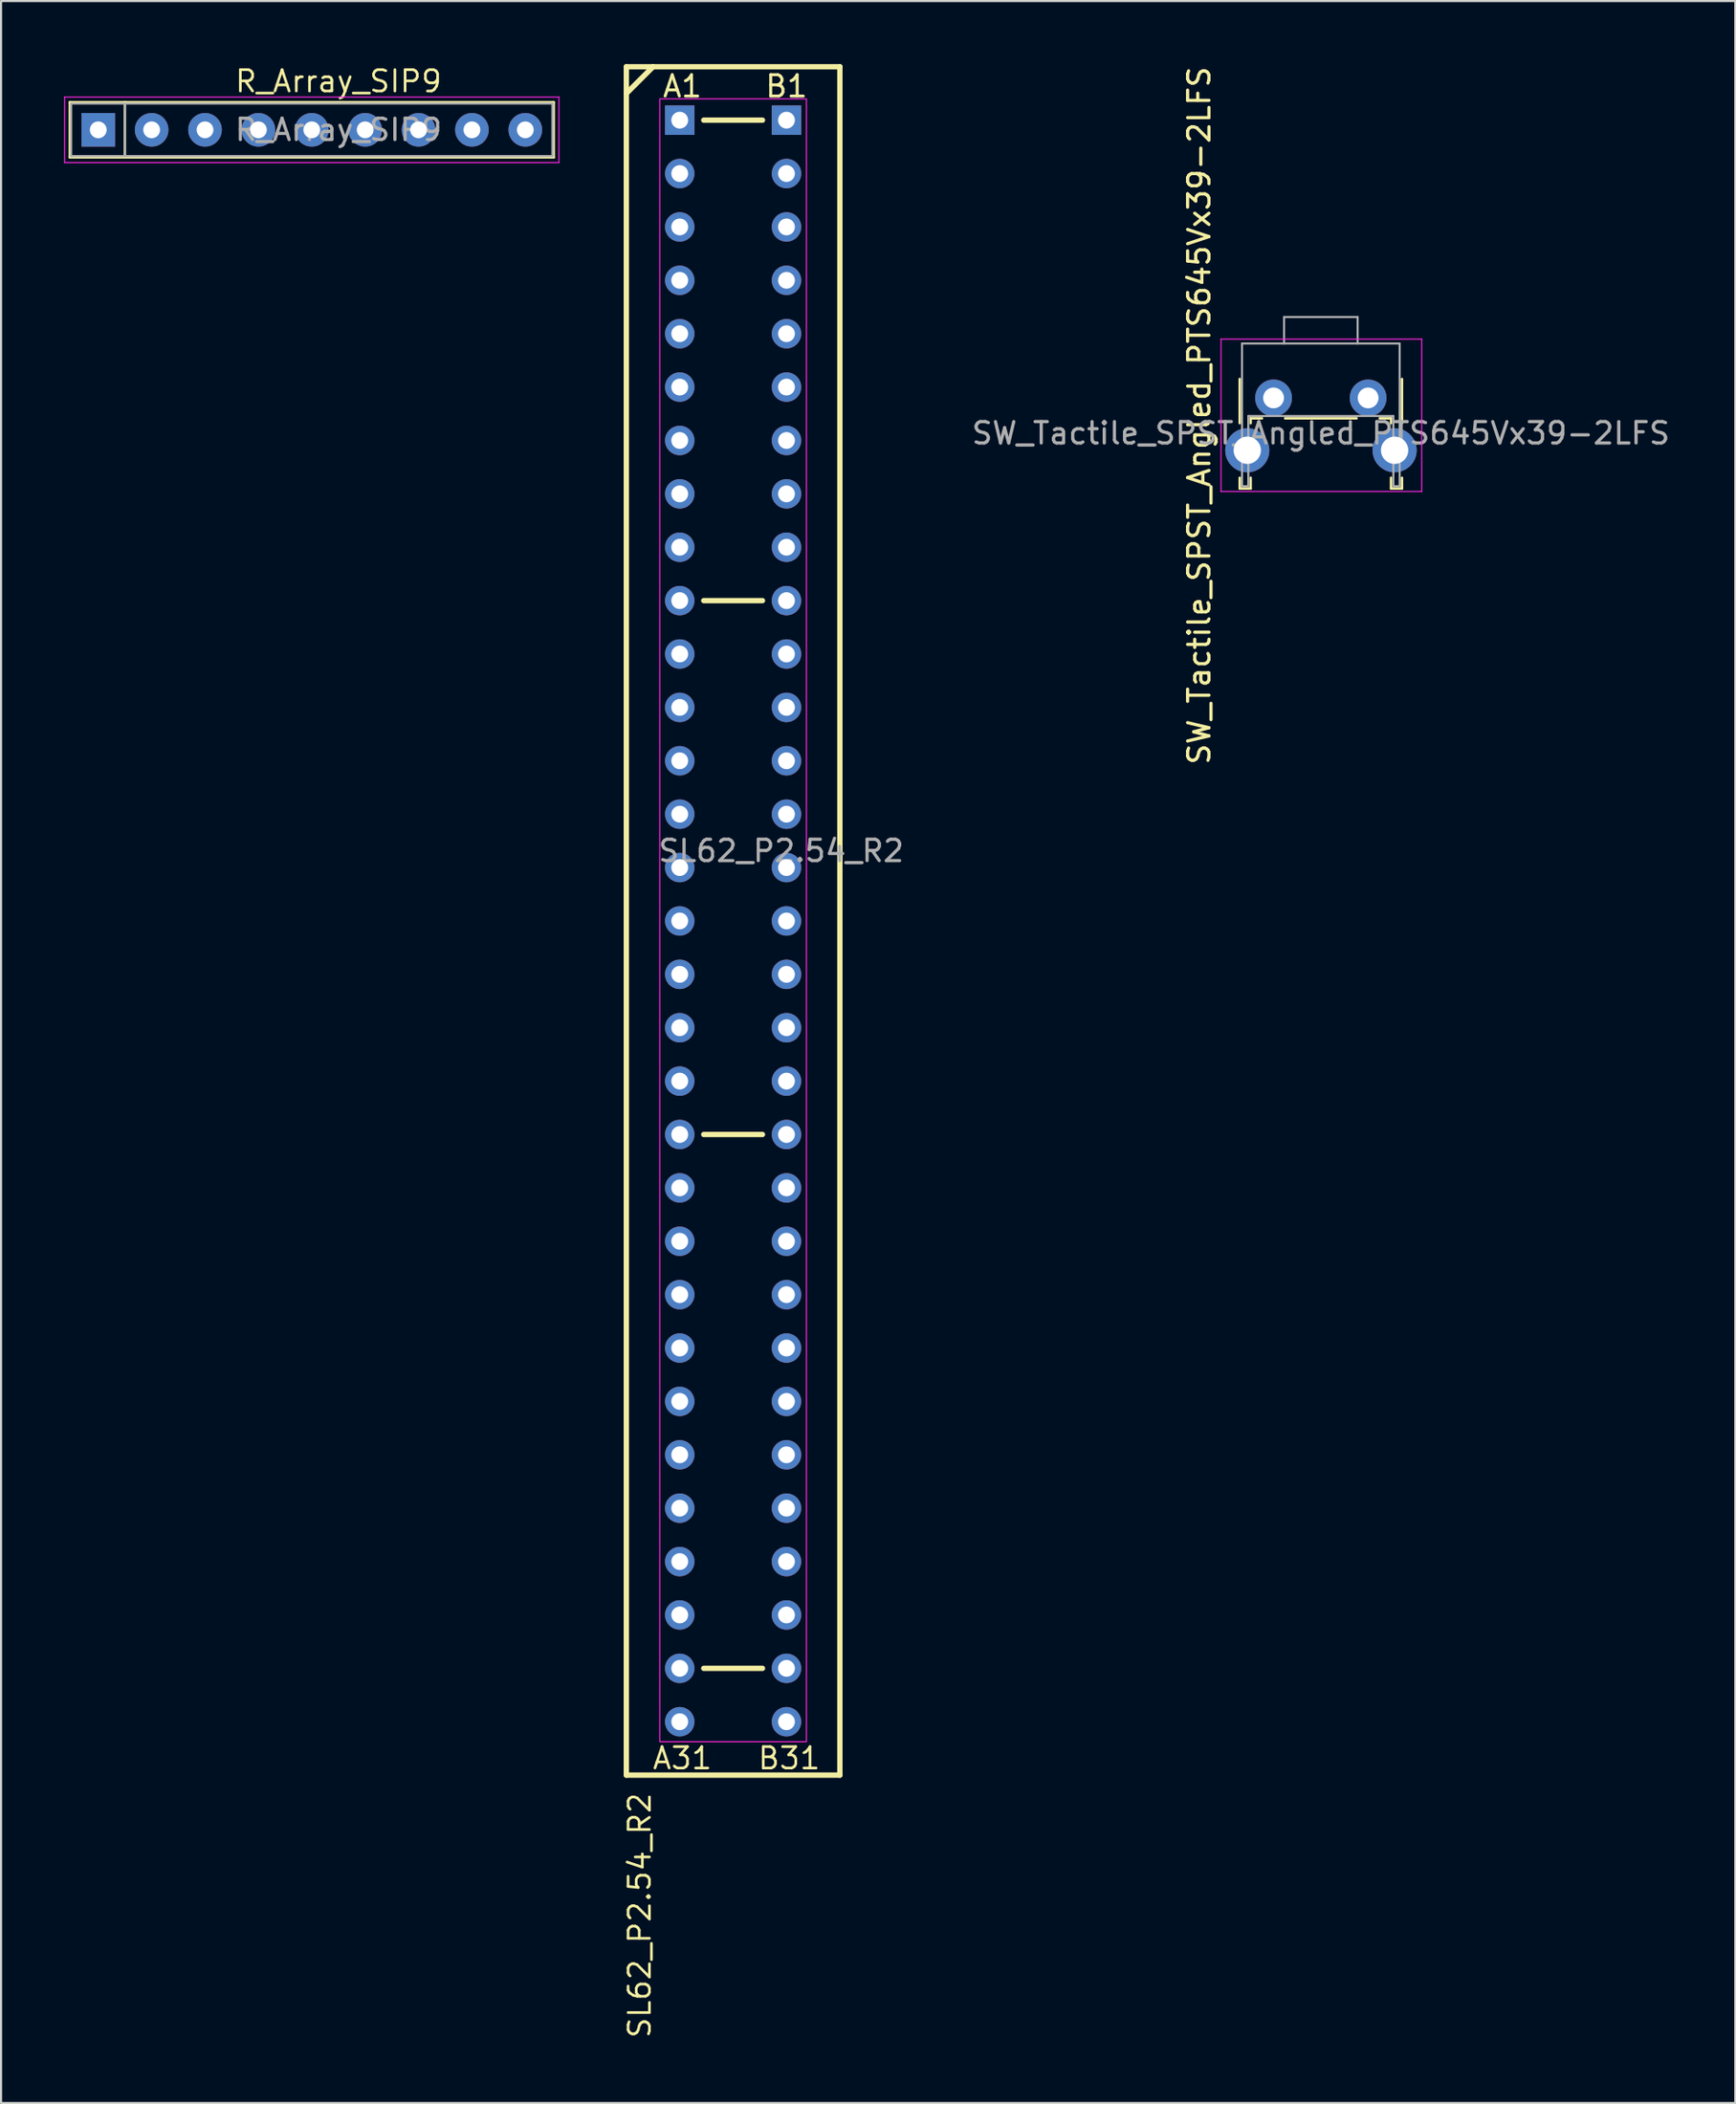
<source format=kicad_pcb>
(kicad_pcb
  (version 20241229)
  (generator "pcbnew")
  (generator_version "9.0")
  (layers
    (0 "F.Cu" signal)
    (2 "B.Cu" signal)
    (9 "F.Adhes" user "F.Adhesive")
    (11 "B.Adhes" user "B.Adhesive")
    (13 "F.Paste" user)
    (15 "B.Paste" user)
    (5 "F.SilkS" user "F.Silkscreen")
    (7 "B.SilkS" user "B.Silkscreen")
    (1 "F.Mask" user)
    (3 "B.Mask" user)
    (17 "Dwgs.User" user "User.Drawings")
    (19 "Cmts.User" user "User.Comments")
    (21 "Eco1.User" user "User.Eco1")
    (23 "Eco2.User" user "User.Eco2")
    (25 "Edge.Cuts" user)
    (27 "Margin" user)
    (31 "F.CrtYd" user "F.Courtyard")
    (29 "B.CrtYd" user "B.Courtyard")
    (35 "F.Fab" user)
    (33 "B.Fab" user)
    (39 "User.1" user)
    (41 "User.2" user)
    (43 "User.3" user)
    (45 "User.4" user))
  (footprint "SW_Tactile_SPST_Angled_PTS645Vx39-2LFS"
    (layer "F.Cu")
    (at 57.547 15.883)
    (property "Reference" "SW_Tactile_SPST_Angled_PTS645Vx39-2LFS" (at -3.536 0.839 90) (layer "F.SilkS") (effects (font (size 1.016 1.016) (thickness 0.152))))
    (attr through_hole)
    (fp_line (start -1.61 -0.9) (end -1.61 1.2) (stroke (width 0.12) (type solid)) (layer "F.SilkS"))
    (fp_line (start -1.61 3.8) (end -1.61 4.31) (stroke (width 0.12) (type solid)) (layer "F.SilkS"))
    (fp_line (start -1.61 4.31) (end -1.09 4.31) (stroke (width 0.12) (type solid)) (layer "F.SilkS"))
    (fp_line (start -1.09 0.97) (end -1.09 1.2) (stroke (width 0.12) (type solid)) (layer "F.SilkS"))
    (fp_line (start -1.09 0.97) (end -0.55 0.97) (stroke (width 0.12) (type solid)) (layer "F.SilkS"))
    (fp_line (start -1.09 3.8) (end -1.09 4.31) (stroke (width 0.12) (type solid)) (layer "F.SilkS"))
    (fp_line (start 0.55 0.97) (end 3.95 0.97) (stroke (width 0.12) (type solid)) (layer "F.SilkS"))
    (fp_line (start 5.05 0.97) (end 5.59 0.97) (stroke (width 0.12) (type solid)) (layer "F.SilkS"))
    (fp_line (start 5.59 0.97) (end 5.59 1.2) (stroke (width 0.12) (type solid)) (layer "F.SilkS"))
    (fp_line (start 5.59 3.8) (end 5.59 4.31) (stroke (width 0.12) (type solid)) (layer "F.SilkS"))
    (fp_line (start 5.59 4.31) (end 6.11 4.31) (stroke (width 0.12) (type solid)) (layer "F.SilkS"))
    (fp_line (start 6.11 -0.9) (end 6.11 1.2) (stroke (width 0.12) (type solid)) (layer "F.SilkS"))
    (fp_line (start 6.11 3.8) (end 6.11 4.31) (stroke (width 0.12) (type solid)) (layer "F.SilkS"))
    (fp_line (start -2.5 -2.8) (end 7.05 -2.8) (stroke (width 0.05) (type solid)) (layer "F.CrtYd"))
    (fp_line (start -2.5 4.45) (end -2.5 -2.8) (stroke (width 0.05) (type solid)) (layer "F.CrtYd"))
    (fp_line (start 7.05 -2.8) (end 7.05 4.45) (stroke (width 0.05) (type solid)) (layer "F.CrtYd"))
    (fp_line (start 7.05 4.45) (end -2.5 4.45) (stroke (width 0.05) (type solid)) (layer "F.CrtYd"))
    (fp_line (start -1.5 -2.59) (end 6 -2.59) (stroke (width 0.1) (type solid)) (layer "F.Fab"))
    (fp_line (start -1.5 4.2) (end -1.5 -2.59) (stroke (width 0.1) (type solid)) (layer "F.Fab"))
    (fp_line (start -1.5 4.2) (end -1.2 4.2) (stroke (width 0.1) (type solid)) (layer "F.Fab"))
    (fp_line (start -1.2 0.86) (end 5.7 0.86) (stroke (width 0.1) (type solid)) (layer "F.Fab"))
    (fp_line (start -1.2 4.2) (end -1.2 0.86) (stroke (width 0.1) (type solid)) (layer "F.Fab"))
    (fp_line (start 0.5 -3.85) (end 0.5 -2.59) (stroke (width 0.1) (type solid)) (layer "F.Fab"))
    (fp_line (start 0.5 -3.85) (end 4 -3.85) (stroke (width 0.1) (type solid)) (layer "F.Fab"))
    (fp_line (start 4 -3.85) (end 4 -2.59) (stroke (width 0.1) (type solid)) (layer "F.Fab"))
    (fp_line (start 5.7 4.2) (end 5.7 0.86) (stroke (width 0.1) (type solid)) (layer "F.Fab"))
    (fp_line (start 5.7 4.2) (end 6 4.2) (stroke (width 0.1) (type solid)) (layer "F.Fab"))
    (fp_line (start 6 4.2) (end 6 -2.59) (stroke (width 0.1) (type solid)) (layer "F.Fab"))
    (fp_text user "${REFERENCE}" (at 2.25 1.68 0) (layer "F.Fab") (effects (font (size 1.016 1.016) (thickness 0.152))))
    (pad "" thru_hole circle (at -1.25 2.49) (size 2.1 2.1) (drill 1.3) (layers "*.Cu" "*.Mask"))
    (pad "" thru_hole circle (at 5.76 2.49) (size 2.1 2.1) (drill 1.3) (layers "*.Cu" "*.Mask"))
    (pad "1" thru_hole circle (at 0 0) (size 1.75 1.75) (drill 0.99) (layers "*.Cu" "*.Mask"))
    (pad "2" thru_hole circle (at 4.5 0) (size 1.75 1.75) (drill 0.99) (layers "*.Cu" "*.Mask")))
  (footprint "R_Array_SIP9"
    (layer "F.Cu")
    (at 1.625 3.127)
    (property "Reference" "R_Array_SIP9" (at 11.43 -2.31 180) (layer "F.SilkS") (effects (font (size 1.016 1.016) (thickness 0.127))))
    (attr through_hole)
    (fp_line (start -1.35 -1.31) (end -1.35 1.31) (stroke (width 0.12) (type solid)) (layer "F.SilkS"))
    (fp_line (start -1.35 1.31) (end 21.67 1.31) (stroke (width 0.12) (type solid)) (layer "F.SilkS"))
    (fp_line (start 1.27 -1.31) (end 1.27 1.31) (stroke (width 0.12) (type solid)) (layer "F.SilkS"))
    (fp_line (start 21.67 -1.31) (end -1.35 -1.31) (stroke (width 0.12) (type solid)) (layer "F.SilkS"))
    (fp_line (start 21.67 1.31) (end 21.67 -1.31) (stroke (width 0.12) (type solid)) (layer "F.SilkS"))
    (fp_line (start -1.6 -1.56) (end -1.6 1.56) (stroke (width 0.05) (type solid)) (layer "F.CrtYd"))
    (fp_line (start -1.6 1.56) (end 21.92 1.56) (stroke (width 0.05) (type solid)) (layer "F.CrtYd"))
    (fp_line (start 21.92 -1.56) (end -1.6 -1.56) (stroke (width 0.05) (type solid)) (layer "F.CrtYd"))
    (fp_line (start 21.92 1.56) (end 21.92 -1.56) (stroke (width 0.05) (type solid)) (layer "F.CrtYd"))
    (fp_line (start -1.29 -1.25) (end -1.29 1.25) (stroke (width 0.1) (type solid)) (layer "F.Fab"))
    (fp_line (start -1.29 1.25) (end 21.61 1.25) (stroke (width 0.1) (type solid)) (layer "F.Fab"))
    (fp_line (start 1.27 -1.25) (end 1.27 1.25) (stroke (width 0.1) (type solid)) (layer "F.Fab"))
    (fp_line (start 21.61 -1.25) (end -1.29 -1.25) (stroke (width 0.1) (type solid)) (layer "F.Fab"))
    (fp_line (start 21.61 1.25) (end 21.61 -1.25) (stroke (width 0.1) (type solid)) (layer "F.Fab"))
    (fp_text user "${REFERENCE}" (at 11.43 0 180) (layer "F.Fab") (effects (font (size 1.016 1.016) (thickness 0.152))))
    (pad "1" thru_hole rect (at 0 0) (size 1.6 1.6) (drill 0.8) (layers "*.Cu" "*.Mask"))
    (pad "2" thru_hole circle (at 2.54 0) (size 1.6 1.6) (drill 0.8) (layers "*.Cu" "*.Mask"))
    (pad "3" thru_hole circle (at 5.08 0) (size 1.6 1.6) (drill 0.8) (layers "*.Cu" "*.Mask"))
    (pad "4" thru_hole circle (at 7.62 0) (size 1.6 1.6) (drill 0.8) (layers "*.Cu" "*.Mask"))
    (pad "5" thru_hole circle (at 10.16 0) (size 1.6 1.6) (drill 0.8) (layers "*.Cu" "*.Mask"))
    (pad "6" thru_hole circle (at 12.7 0) (size 1.6 1.6) (drill 0.8) (layers "*.Cu" "*.Mask"))
    (pad "7" thru_hole circle (at 15.24 0) (size 1.6 1.6) (drill 0.8) (layers "*.Cu" "*.Mask"))
    (pad "8" thru_hole circle (at 17.78 0) (size 1.6 1.6) (drill 0.8) (layers "*.Cu" "*.Mask"))
    (pad "9" thru_hole circle (at 20.32 0) (size 1.6 1.6) (drill 0.8) (layers "*.Cu" "*.Mask")))
  (footprint "SL62_P2.54_R2"
    (layer "F.Cu")
    (at 31.832 40.736)
    (property "Reference" "SL62_P2.54_R2" (at -4.445 41.433 90) (layer "F.SilkS") (effects (font (size 1.016 1.016) (thickness 0.127)) (justify right)))
    (fp_line (start -5.08 -40.609) (end -3.81 -40.609) (stroke (width 0.254) (type default)) (layer "F.SilkS"))
    (fp_line (start -5.08 -39.339) (end -3.81 -40.609) (stroke (width 0.254) (type default)) (layer "F.SilkS"))
    (fp_line (start -5.08 40.671) (end -5.08 -40.609) (stroke (width 0.254) (type default)) (layer "F.SilkS"))
    (fp_line (start -3.81 -40.609) (end 5.08 -40.609) (stroke (width 0.254) (type default)) (layer "F.SilkS"))
    (fp_line (start -1.397 -38.069) (end 1.397 -38.069) (stroke (width 0.254) (type default)) (layer "F.SilkS"))
    (fp_line (start -1.397 -15.209) (end 1.397 -15.209) (stroke (width 0.254) (type default)) (layer "F.SilkS"))
    (fp_line (start -1.397 10.191) (end 1.397 10.191) (stroke (width 0.254) (type default)) (layer "F.SilkS"))
    (fp_line (start -1.397 35.591) (end 1.397 35.591) (stroke (width 0.254) (type default)) (layer "F.SilkS"))
    (fp_line (start 5.08 -40.609) (end 5.08 40.671) (stroke (width 0.254) (type default)) (layer "F.SilkS"))
    (fp_line (start 5.08 40.671) (end -5.08 40.671) (stroke (width 0.254) (type default)) (layer "F.SilkS"))
    (fp_rect (start -3.49 39.081) (end 3.49 -39.081) (stroke (width 0.05) (type default)) (fill no) (layer "F.CrtYd"))
    (fp_text user "B1" (at 2.54 -39.085 0) (unlocked yes) (layer "F.SilkS") (effects (font (size 1.016 1.016) (thickness 0.14)) (justify bottom)))
    (fp_text user "A31" (at -2.413 39.274 0) (unlocked yes) (layer "F.SilkS") (effects (font (size 1.016 1.016) (thickness 0.127)) (justify top)))
    (fp_text user "B31" (at 2.667 39.274 0) (unlocked yes) (layer "F.SilkS") (effects (font (size 1.016 1.016) (thickness 0.127)) (justify top)))
    (fp_text user "A1" (at -2.413 -39.085 0) (unlocked yes) (layer "F.SilkS") (effects (font (size 1.016 1.016) (thickness 0.14)) (justify bottom)))
    (fp_text user "${REFERENCE}" (at 2.286 -3.302 180) (layer "F.Fab") (effects (font (size 1.016 1.016) (thickness 0.152))))
    (pad "A1" thru_hole rect (at -2.54 -38.069) (size 1.4 1.4) (drill 0.8) (layers "*.Cu" "*.Mask"))
    (pad "A2" thru_hole oval (at -2.54 -35.529) (size 1.4 1.4) (drill 0.8) (layers "*.Cu" "*.Mask"))
    (pad "A3" thru_hole oval (at -2.54 -32.989) (size 1.4 1.4) (drill 0.8) (layers "*.Cu" "*.Mask"))
    (pad "A4" thru_hole oval (at -2.54 -30.449) (size 1.4 1.4) (drill 0.8) (layers "*.Cu" "*.Mask"))
    (pad "A5" thru_hole oval (at -2.54 -27.909) (size 1.4 1.4) (drill 0.8) (layers "*.Cu" "*.Mask"))
    (pad "A6" thru_hole oval (at -2.54 -25.369) (size 1.4 1.4) (drill 0.8) (layers "*.Cu" "*.Mask"))
    (pad "A7" thru_hole oval (at -2.54 -22.829) (size 1.4 1.4) (drill 0.8) (layers "*.Cu" "*.Mask"))
    (pad "A8" thru_hole oval (at -2.54 -20.289) (size 1.4 1.4) (drill 0.8) (layers "*.Cu" "*.Mask"))
    (pad "A9" thru_hole oval (at -2.54 -17.749) (size 1.4 1.4) (drill 0.8) (layers "*.Cu" "*.Mask"))
    (pad "A10" thru_hole oval (at -2.54 -15.209) (size 1.4 1.4) (drill 0.8) (layers "*.Cu" "*.Mask"))
    (pad "A11" thru_hole oval (at -2.54 -12.669) (size 1.4 1.4) (drill 0.8) (layers "*.Cu" "*.Mask"))
    (pad "A12" thru_hole oval (at -2.54 -10.129) (size 1.4 1.4) (drill 0.8) (layers "*.Cu" "*.Mask"))
    (pad "A13" thru_hole oval (at -2.54 -7.589) (size 1.4 1.4) (drill 0.8) (layers "*.Cu" "*.Mask"))
    (pad "A14" thru_hole oval (at -2.54 -5.049) (size 1.4 1.4) (drill 0.8) (layers "*.Cu" "*.Mask"))
    (pad "A15" thru_hole oval (at -2.54 -2.509) (size 1.4 1.4) (drill 0.8) (layers "*.Cu" "*.Mask"))
    (pad "A16" thru_hole oval (at -2.54 0.031) (size 1.4 1.4) (drill 0.8) (layers "*.Cu" "*.Mask"))
    (pad "A17" thru_hole oval (at -2.54 2.571) (size 1.4 1.4) (drill 0.8) (layers "*.Cu" "*.Mask"))
    (pad "A18" thru_hole oval (at -2.54 5.111) (size 1.4 1.4) (drill 0.8) (layers "*.Cu" "*.Mask"))
    (pad "A19" thru_hole oval (at -2.54 7.651) (size 1.4 1.4) (drill 0.8) (layers "*.Cu" "*.Mask"))
    (pad "A20" thru_hole oval (at -2.54 10.191) (size 1.4 1.4) (drill 0.8) (layers "*.Cu" "*.Mask"))
    (pad "A21" thru_hole oval (at -2.54 12.731) (size 1.4 1.4) (drill 0.8) (layers "*.Cu" "*.Mask"))
    (pad "A22" thru_hole oval (at -2.54 15.271) (size 1.4 1.4) (drill 0.8) (layers "*.Cu" "*.Mask"))
    (pad "A23" thru_hole oval (at -2.54 17.811) (size 1.4 1.4) (drill 0.8) (layers "*.Cu" "*.Mask"))
    (pad "A24" thru_hole oval (at -2.54 20.351) (size 1.4 1.4) (drill 0.8) (layers "*.Cu" "*.Mask"))
    (pad "A25" thru_hole oval (at -2.54 22.891) (size 1.4 1.4) (drill 0.8) (layers "*.Cu" "*.Mask"))
    (pad "A26" thru_hole oval (at -2.54 25.431) (size 1.4 1.4) (drill 0.8) (layers "*.Cu" "*.Mask"))
    (pad "A27" thru_hole oval (at -2.54 27.971) (size 1.4 1.4) (drill 0.8) (layers "*.Cu" "*.Mask"))
    (pad "A28" thru_hole oval (at -2.54 30.511) (size 1.4 1.4) (drill 0.8) (layers "*.Cu" "*.Mask"))
    (pad "A29" thru_hole oval (at -2.54 33.051) (size 1.4 1.4) (drill 0.8) (layers "*.Cu" "*.Mask"))
    (pad "A30" thru_hole oval (at -2.54 35.591) (size 1.4 1.4) (drill 0.8) (layers "*.Cu" "*.Mask"))
    (pad "A31" thru_hole oval (at -2.54 38.131) (size 1.4 1.4) (drill 0.8) (layers "*.Cu" "*.Mask"))
    (pad "B1" thru_hole rect (at 2.54 -38.069) (size 1.4 1.4) (drill 0.8) (layers "*.Cu" "*.Mask"))
    (pad "B2" thru_hole oval (at 2.54 -35.529) (size 1.4 1.4) (drill 0.8) (layers "*.Cu" "*.Mask"))
    (pad "B3" thru_hole oval (at 2.54 -32.989) (size 1.4 1.4) (drill 0.8) (layers "*.Cu" "*.Mask"))
    (pad "B4" thru_hole oval (at 2.54 -30.449) (size 1.4 1.4) (drill 0.8) (layers "*.Cu" "*.Mask"))
    (pad "B5" thru_hole oval (at 2.54 -27.909) (size 1.4 1.4) (drill 0.8) (layers "*.Cu" "*.Mask"))
    (pad "B6" thru_hole oval (at 2.54 -25.369) (size 1.4 1.4) (drill 0.8) (layers "*.Cu" "*.Mask"))
    (pad "B7" thru_hole oval (at 2.54 -22.829) (size 1.4 1.4) (drill 0.8) (layers "*.Cu" "*.Mask"))
    (pad "B8" thru_hole oval (at 2.54 -20.289) (size 1.4 1.4) (drill 0.8) (layers "*.Cu" "*.Mask"))
    (pad "B9" thru_hole oval (at 2.54 -17.749) (size 1.4 1.4) (drill 0.8) (layers "*.Cu" "*.Mask"))
    (pad "B10" thru_hole oval (at 2.54 -15.209) (size 1.4 1.4) (drill 0.8) (layers "*.Cu" "*.Mask"))
    (pad "B11" thru_hole oval (at 2.54 -12.669) (size 1.4 1.4) (drill 0.8) (layers "*.Cu" "*.Mask"))
    (pad "B12" thru_hole oval (at 2.54 -10.129) (size 1.4 1.4) (drill 0.8) (layers "*.Cu" "*.Mask"))
    (pad "B13" thru_hole oval (at 2.54 -7.589) (size 1.4 1.4) (drill 0.8) (layers "*.Cu" "*.Mask"))
    (pad "B14" thru_hole oval (at 2.54 -5.049) (size 1.4 1.4) (drill 0.8) (layers "*.Cu" "*.Mask"))
    (pad "B15" thru_hole oval (at 2.54 -2.509) (size 1.4 1.4) (drill 0.8) (layers "*.Cu" "*.Mask"))
    (pad "B16" thru_hole oval (at 2.54 0.031) (size 1.4 1.4) (drill 0.8) (layers "*.Cu" "*.Mask"))
    (pad "B17" thru_hole oval (at 2.54 2.571) (size 1.4 1.4) (drill 0.8) (layers "*.Cu" "*.Mask"))
    (pad "B18" thru_hole oval (at 2.54 5.111) (size 1.4 1.4) (drill 0.8) (layers "*.Cu" "*.Mask"))
    (pad "B19" thru_hole oval (at 2.54 7.651) (size 1.4 1.4) (drill 0.8) (layers "*.Cu" "*.Mask"))
    (pad "B20" thru_hole oval (at 2.54 10.191) (size 1.4 1.4) (drill 0.8) (layers "*.Cu" "*.Mask"))
    (pad "B21" thru_hole oval (at 2.54 12.731) (size 1.4 1.4) (drill 0.8) (layers "*.Cu" "*.Mask"))
    (pad "B22" thru_hole oval (at 2.54 15.271) (size 1.4 1.4) (drill 0.8) (layers "*.Cu" "*.Mask"))
    (pad "B23" thru_hole oval (at 2.54 17.811) (size 1.4 1.4) (drill 0.8) (layers "*.Cu" "*.Mask"))
    (pad "B24" thru_hole oval (at 2.54 20.351) (size 1.4 1.4) (drill 0.8) (layers "*.Cu" "*.Mask"))
    (pad "B25" thru_hole oval (at 2.54 22.891) (size 1.4 1.4) (drill 0.8) (layers "*.Cu" "*.Mask"))
    (pad "B26" thru_hole oval (at 2.54 25.431) (size 1.4 1.4) (drill 0.8) (layers "*.Cu" "*.Mask"))
    (pad "B27" thru_hole oval (at 2.54 27.971) (size 1.4 1.4) (drill 0.8) (layers "*.Cu" "*.Mask"))
    (pad "B28" thru_hole oval (at 2.54 30.511) (size 1.4 1.4) (drill 0.8) (layers "*.Cu" "*.Mask"))
    (pad "B29" thru_hole oval (at 2.54 33.051) (size 1.4 1.4) (drill 0.8) (layers "*.Cu" "*.Mask"))
    (pad "B30" thru_hole oval (at 2.54 35.591) (size 1.4 1.4) (drill 0.8) (layers "*.Cu" "*.Mask"))
    (pad "B31" thru_hole oval (at 2.54 38.131) (size 1.4 1.4) (drill 0.8) (layers "*.Cu" "*.Mask")))
  (gr_rect
    (start -3 -3)
    (end 79.518 97.007)
    (stroke (width 0.1) (type default))
    (fill no)
    (layer "Edge.Cuts")))
</source>
